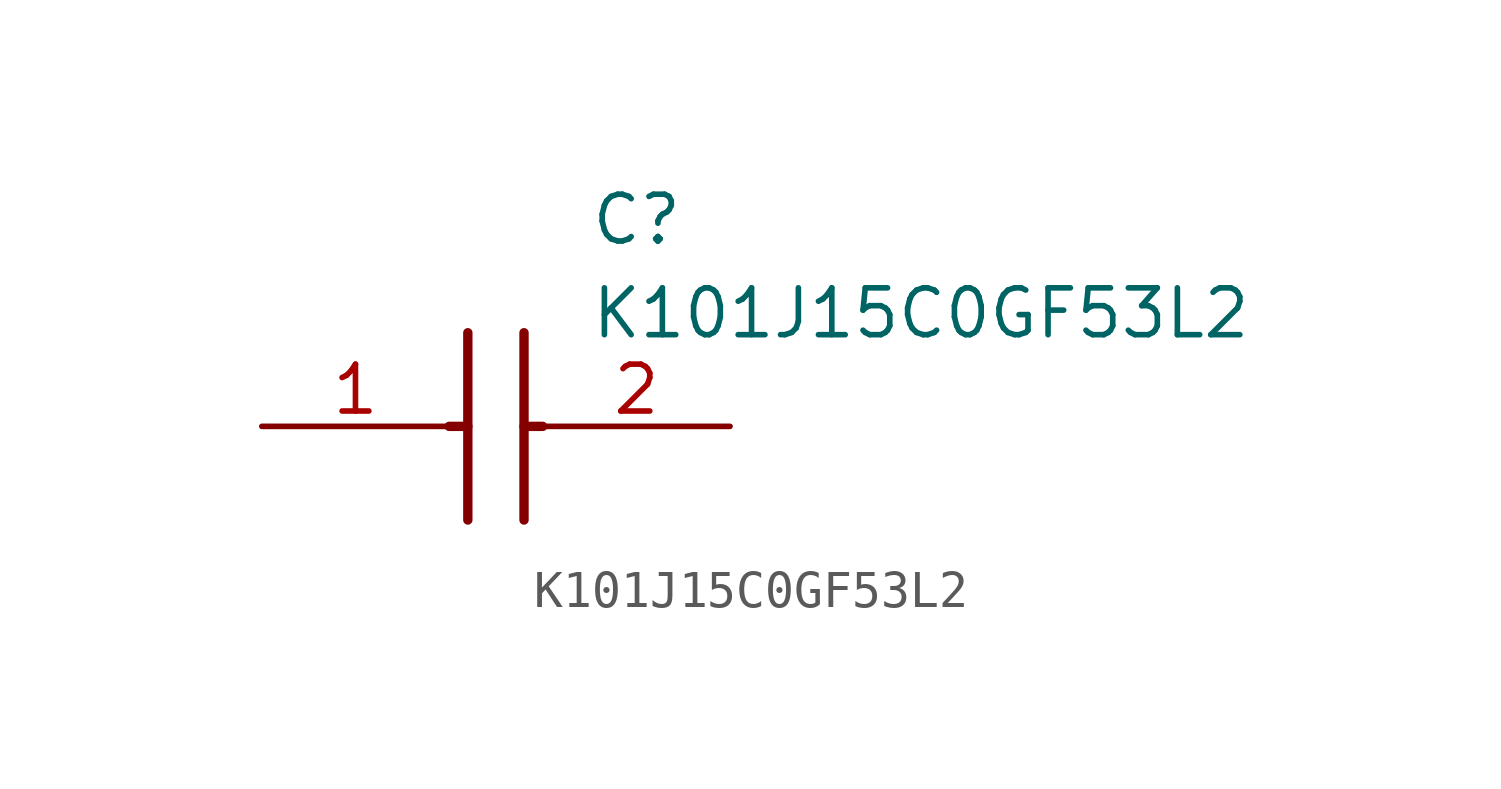
<source format=kicad_sym>
(kicad_symbol_lib
  (version 20211014)
  (generator SamacSys_ECAD_Model)
  (symbol "K101J15C0GF53L2"
    (pin_names hide)
    (property "Reference" "C"
      (at 8.89 6.35 0)
      (effects (font (size 1.27 1.27)) (justify left top)))
    (property "Value" "K101J15C0GF53L2"
      (at 8.89 3.81 0)
      (effects (font (size 1.27 1.27)) (justify left top)))
    (polyline
      (pts (xy 5.588 2.54) (xy 5.588 -2.54))
      (stroke (width 0.254) (type default))
      (fill (type none)))
    (polyline
      (pts (xy 7.112 2.54) (xy 7.112 -2.54))
      (stroke (width 0.254) (type default))
      (fill (type none)))
    (polyline
      (pts (xy 5.08 0) (xy 5.588 0))
      (stroke (width 0.254) (type default))
      (fill (type none)))
    (polyline
      (pts (xy 7.112 0) (xy 7.62 0))
      (stroke (width 0.254) (type default))
      (fill (type none)))
    (pin passive line
      (at 0 0 0)
      (length 5.08)
      (name "1" (effects (font (size 1.27 1.27))))
      (number "1" (effects (font (size 1.27 1.27)))))
    (pin passive line
      (at 12.7 0 180)
      (length 5.08)
      (name "2" (effects (font (size 1.27 1.27))))
      (number "2" (effects (font (size 1.27 1.27)))))))
</source>
